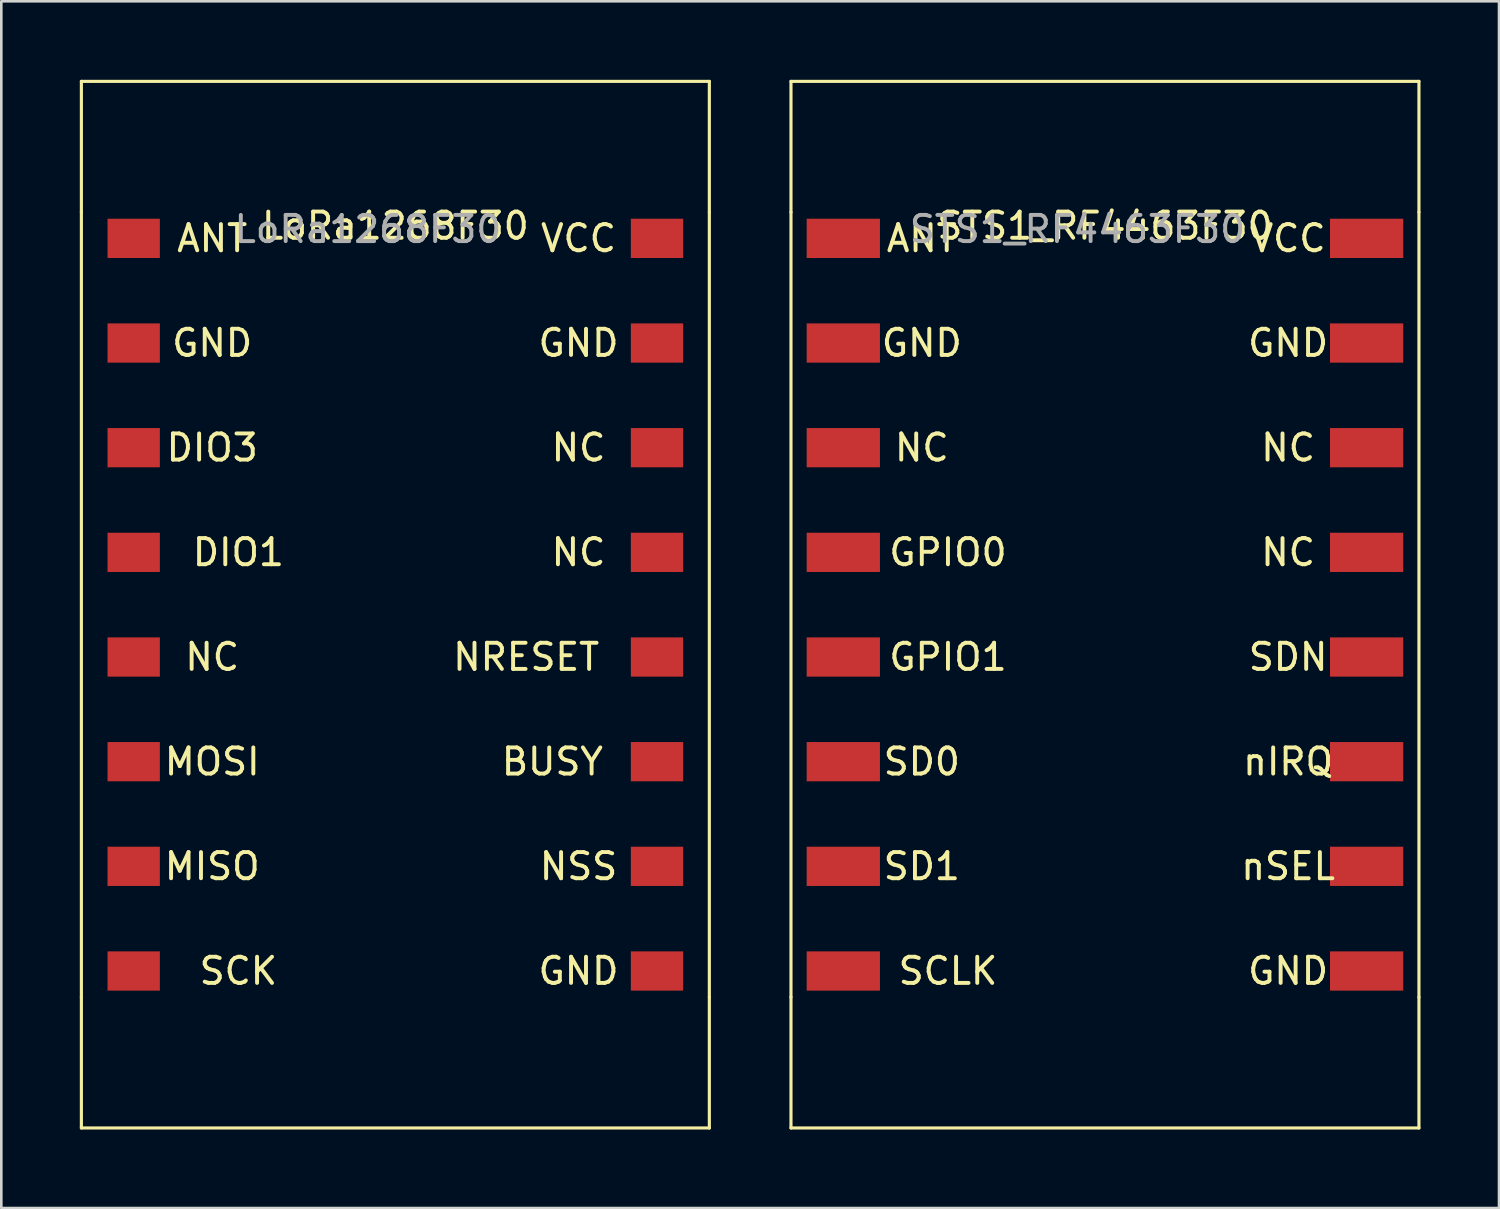
<source format=kicad_pcb>
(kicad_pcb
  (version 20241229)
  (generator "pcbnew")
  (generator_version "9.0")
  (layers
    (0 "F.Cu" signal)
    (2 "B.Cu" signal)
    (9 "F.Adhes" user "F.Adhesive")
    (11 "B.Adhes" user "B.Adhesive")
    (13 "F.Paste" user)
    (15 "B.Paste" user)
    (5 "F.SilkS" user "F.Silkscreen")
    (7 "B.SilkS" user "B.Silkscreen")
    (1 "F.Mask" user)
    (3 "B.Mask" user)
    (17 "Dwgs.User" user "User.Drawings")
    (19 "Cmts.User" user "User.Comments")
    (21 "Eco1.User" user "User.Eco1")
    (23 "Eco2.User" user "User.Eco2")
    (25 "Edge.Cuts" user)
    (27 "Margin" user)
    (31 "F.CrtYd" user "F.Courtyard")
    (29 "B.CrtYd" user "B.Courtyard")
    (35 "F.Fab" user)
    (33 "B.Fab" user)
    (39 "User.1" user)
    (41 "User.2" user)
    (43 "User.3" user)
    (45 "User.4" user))
  (footprint "LoRa1268F30"
    (layer "F.Cu")
    (at 22.06 6.06)
    (property "Reference" "LoRa1268F30" (at -10 -0.478 0) (layer "F.SilkS") (effects (font (size 1 1) (thickness 0.15))))
    (attr smd)
    (fp_line (start -22 -6) (end -22 -1) (stroke (width 0.12) (type solid)) (layer "F.SilkS"))
    (fp_line (start -22 -6) (end 2 -6) (stroke (width 0.12) (type solid)) (layer "F.SilkS"))
    (fp_line (start -22 29) (end -22 -1) (stroke (width 0.12) (type solid)) (layer "F.SilkS"))
    (fp_line (start -22 34) (end -22 29) (stroke (width 0.12) (type solid)) (layer "F.SilkS"))
    (fp_line (start -22 34) (end 2 34) (stroke (width 0.12) (type solid)) (layer "F.SilkS"))
    (fp_line (start 2 -6) (end 2 -1) (stroke (width 0.12) (type solid)) (layer "F.SilkS"))
    (fp_line (start 2 -1) (end 2 29) (stroke (width 0.12) (type solid)) (layer "F.SilkS"))
    (fp_line (start 2 34) (end 2 29) (stroke (width 0.12) (type solid)) (layer "F.SilkS"))
    (fp_text user "BUSY" (at -4 20 0) (layer "F.SilkS") (effects (font (size 1 1) (thickness 0.15))))
    (fp_text user "DIO1" (at -16 12 0) (layer "F.SilkS") (effects (font (size 1 1) (thickness 0.15))))
    (fp_text user "NSS" (at -3 24 0) (layer "F.SilkS") (effects (font (size 1 1) (thickness 0.15))))
    (fp_text user "DIO3" (at -17 8 0) (layer "F.SilkS") (effects (font (size 1 1) (thickness 0.15))))
    (fp_text user "NC" (at -3 12 0) (layer "F.SilkS") (effects (font (size 1 1) (thickness 0.15))))
    (fp_text user "NC" (at -3 8 0) (layer "F.SilkS") (effects (font (size 1 1) (thickness 0.15))))
    (fp_text user "GND" (at -3 4 0) (layer "F.SilkS") (effects (font (size 1 1) (thickness 0.15))))
    (fp_text user "GND" (at -3 28 0) (layer "F.SilkS") (effects (font (size 1 1) (thickness 0.15))))
    (fp_text user "SCK" (at -16 28 0) (layer "F.SilkS") (effects (font (size 1 1) (thickness 0.15))))
    (fp_text user "ANT" (at -17 0 0) (layer "F.SilkS") (effects (font (size 1 1) (thickness 0.15))))
    (fp_text user "VCC" (at -3 0 0) (layer "F.SilkS") (effects (font (size 1 1) (thickness 0.15))))
    (fp_text user "MISO" (at -17 24 0) (layer "F.SilkS") (effects (font (size 1 1) (thickness 0.15))))
    (fp_text user "NRESET" (at -5 16 0) (layer "F.SilkS") (effects (font (size 1 1) (thickness 0.15))))
    (fp_text user "GND" (at -17 4 0) (layer "F.SilkS") (effects (font (size 1 1) (thickness 0.15))))
    (fp_text user "NC" (at -17 16 0) (layer "F.SilkS") (effects (font (size 1 1) (thickness 0.15))))
    (fp_text user "MOSI" (at -17 20 0) (layer "F.SilkS") (effects (font (size 1 1) (thickness 0.15))))
    (fp_text user "${REFERENCE}" (at -11.049 -0.351 0) (layer "F.Fab") (effects (font (size 1 1) (thickness 0.15))))
    (pad "1" smd rect (at 0 0) (size 2 1.5) (layers "F.Cu" "F.Mask" "F.Paste"))
    (pad "2" smd rect (at 0 4) (size 2 1.5) (layers "F.Cu" "F.Mask" "F.Paste"))
    (pad "3" smd rect (at 0 8) (size 2 1.5) (layers "F.Cu" "F.Mask" "F.Paste"))
    (pad "4" smd rect (at 0 12) (size 2 1.5) (layers "F.Cu" "F.Mask" "F.Paste"))
    (pad "5" smd rect (at 0 16) (size 2 1.5) (layers "F.Cu" "F.Mask" "F.Paste"))
    (pad "6" smd rect (at 0 20) (size 2 1.5) (layers "F.Cu" "F.Mask" "F.Paste"))
    (pad "7" smd rect (at 0 24) (size 2 1.5) (layers "F.Cu" "F.Mask" "F.Paste"))
    (pad "8" smd rect (at 0 28) (size 2 1.5) (layers "F.Cu" "F.Mask" "F.Paste"))
    (pad "9" smd rect (at -20 28) (size 2 1.5) (layers "F.Cu" "F.Mask" "F.Paste"))
    (pad "10" smd rect (at -20 24) (size 2 1.5) (layers "F.Cu" "F.Mask" "F.Paste"))
    (pad "11" smd rect (at -20 20) (size 2 1.5) (layers "F.Cu" "F.Mask" "F.Paste"))
    (pad "12" smd rect (at -20 16) (size 2 1.5) (layers "F.Cu" "F.Mask" "F.Paste"))
    (pad "13" smd rect (at -20 12) (size 2 1.5) (layers "F.Cu" "F.Mask" "F.Paste"))
    (pad "14" smd rect (at -20 8) (size 2 1.5) (layers "F.Cu" "F.Mask" "F.Paste"))
    (pad "15" smd rect (at -20 4) (size 2 1.5) (layers "F.Cu" "F.Mask" "F.Paste"))
    (pad "16" smd rect (at -20 0) (size 2 1.5) (layers "F.Cu" "F.Mask" "F.Paste")))
  (footprint "STS1_RF4463F30"
    (layer "F.Cu")
    (at 49.18 6.06)
    (property "Reference" "STS1_RF4463F30" (at -10 -0.478 0) (layer "F.SilkS") (effects (font (size 1 1) (thickness 0.15))))
    (attr smd)
    (fp_line (start -22 -6) (end -22 -1) (stroke (width 0.12) (type solid)) (layer "F.SilkS"))
    (fp_line (start -22 -6) (end 2 -6) (stroke (width 0.12) (type solid)) (layer "F.SilkS"))
    (fp_line (start -22 29) (end -22 -1) (stroke (width 0.12) (type solid)) (layer "F.SilkS"))
    (fp_line (start -22 34) (end -22 29) (stroke (width 0.12) (type solid)) (layer "F.SilkS"))
    (fp_line (start -22 34) (end 2 34) (stroke (width 0.12) (type solid)) (layer "F.SilkS"))
    (fp_line (start 2 -6) (end 2 -1) (stroke (width 0.12) (type solid)) (layer "F.SilkS"))
    (fp_line (start 2 -1) (end 2 29) (stroke (width 0.12) (type solid)) (layer "F.SilkS"))
    (fp_line (start 2 34) (end 2 29) (stroke (width 0.12) (type solid)) (layer "F.SilkS"))
    (fp_text user "NC" (at -17 8 0) (layer "F.SilkS") (effects (font (size 1 1) (thickness 0.15))))
    (fp_text user "SD0" (at -17 20 0) (layer "F.SilkS") (effects (font (size 1 1) (thickness 0.15))))
    (fp_text user "NC" (at -3 12 0) (layer "F.SilkS") (effects (font (size 1 1) (thickness 0.15))))
    (fp_text user "nIRQ" (at -3 20 0) (layer "F.SilkS") (effects (font (size 1 1) (thickness 0.15))))
    (fp_text user "ANT" (at -17 0 0) (layer "F.SilkS") (effects (font (size 1 1) (thickness 0.15))))
    (fp_text user "VCC" (at -3 0 0) (layer "F.SilkS") (effects (font (size 1 1) (thickness 0.15))))
    (fp_text user "GND" (at -3 28 0) (layer "F.SilkS") (effects (font (size 1 1) (thickness 0.15))))
    (fp_text user "GND" (at -17 4 0) (layer "F.SilkS") (effects (font (size 1 1) (thickness 0.15))))
    (fp_text user "nSEL" (at -3 24 0) (layer "F.SilkS") (effects (font (size 1 1) (thickness 0.15))))
    (fp_text user "SCLK" (at -16 28 0) (layer "F.SilkS") (effects (font (size 1 1) (thickness 0.15))))
    (fp_text user "SD1" (at -17 24 0) (layer "F.SilkS") (effects (font (size 1 1) (thickness 0.15))))
    (fp_text user "NC" (at -3 8 0) (layer "F.SilkS") (effects (font (size 1 1) (thickness 0.15))))
    (fp_text user "GPIO0" (at -16 12 0) (layer "F.SilkS") (effects (font (size 1 1) (thickness 0.15))))
    (fp_text user "GPIO1" (at -16 16 0) (layer "F.SilkS") (effects (font (size 1 1) (thickness 0.15))))
    (fp_text user "GND" (at -3 4 0) (layer "F.SilkS") (effects (font (size 1 1) (thickness 0.15))))
    (fp_text user "SDN" (at -3 16 0) (layer "F.SilkS") (effects (font (size 1 1) (thickness 0.15))))
    (fp_text user "${REFERENCE}" (at -11.049 -0.351 0) (layer "F.Fab") (effects (font (size 1 1) (thickness 0.15))))
    (pad "1" smd rect (at 0 0) (size 2.8 1.5) (layers "F.Cu" "F.Mask" "F.Paste"))
    (pad "2" smd rect (at 0 4) (size 2.8 1.5) (layers "F.Cu" "F.Mask" "F.Paste"))
    (pad "3" smd rect (at 0 8) (size 2.8 1.5) (layers "F.Cu" "F.Mask" "F.Paste"))
    (pad "4" smd rect (at 0 12) (size 2.8 1.5) (layers "F.Cu" "F.Mask" "F.Paste"))
    (pad "5" smd rect (at 0 16) (size 2.8 1.5) (layers "F.Cu" "F.Mask" "F.Paste"))
    (pad "6" smd rect (at 0 20) (size 2.8 1.5) (layers "F.Cu" "F.Mask" "F.Paste"))
    (pad "7" smd rect (at 0 24) (size 2.8 1.5) (layers "F.Cu" "F.Mask" "F.Paste"))
    (pad "8" smd rect (at 0 28) (size 2.8 1.5) (layers "F.Cu" "F.Mask" "F.Paste"))
    (pad "9" smd rect (at -20 28) (size 2.8 1.5) (layers "F.Cu" "F.Mask" "F.Paste"))
    (pad "10" smd rect (at -20 24) (size 2.8 1.5) (layers "F.Cu" "F.Mask" "F.Paste"))
    (pad "11" smd rect (at -20 20) (size 2.8 1.5) (layers "F.Cu" "F.Mask" "F.Paste"))
    (pad "12" smd rect (at -20 16) (size 2.8 1.5) (layers "F.Cu" "F.Mask" "F.Paste"))
    (pad "13" smd rect (at -20 12) (size 2.8 1.5) (layers "F.Cu" "F.Mask" "F.Paste"))
    (pad "14" smd rect (at -20 8) (size 2.8 1.5) (layers "F.Cu" "F.Mask" "F.Paste"))
    (pad "15" smd rect (at -20 4) (size 2.8 1.5) (layers "F.Cu" "F.Mask" "F.Paste"))
    (pad "16" smd rect (at -20 0) (size 2.8 1.5) (layers "F.Cu" "F.Mask" "F.Paste")))
  (gr_rect
    (start -3 -3)
    (end 54.24 43.12)
    (stroke (width 0.1) (type default))
    (fill no)
    (layer "Edge.Cuts")))
</source>
